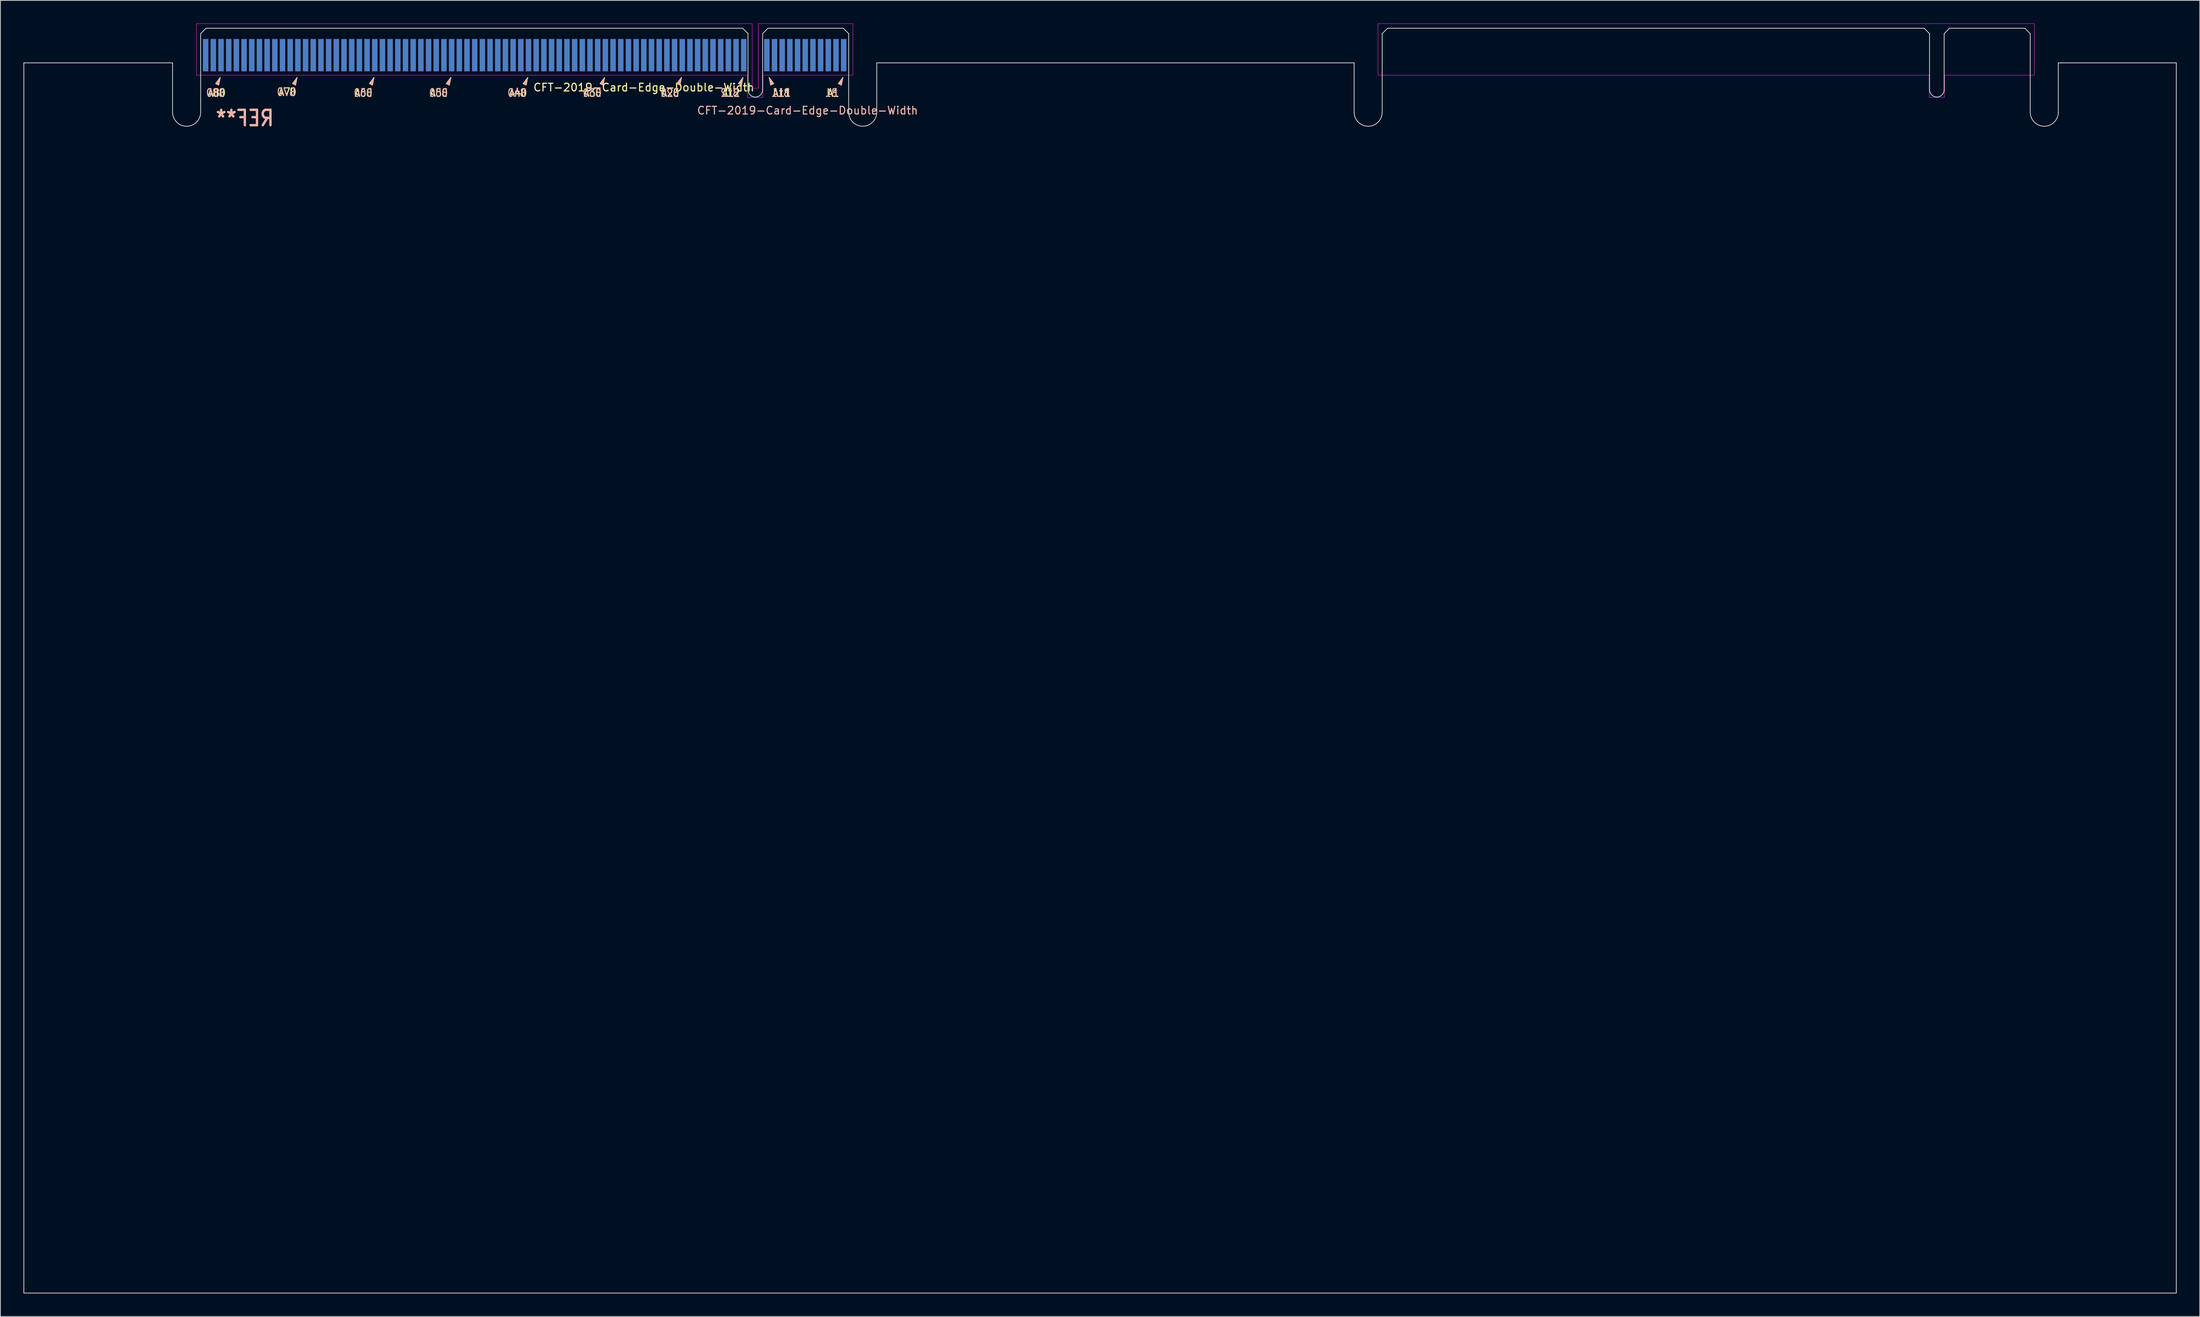
<source format=kicad_pcb>
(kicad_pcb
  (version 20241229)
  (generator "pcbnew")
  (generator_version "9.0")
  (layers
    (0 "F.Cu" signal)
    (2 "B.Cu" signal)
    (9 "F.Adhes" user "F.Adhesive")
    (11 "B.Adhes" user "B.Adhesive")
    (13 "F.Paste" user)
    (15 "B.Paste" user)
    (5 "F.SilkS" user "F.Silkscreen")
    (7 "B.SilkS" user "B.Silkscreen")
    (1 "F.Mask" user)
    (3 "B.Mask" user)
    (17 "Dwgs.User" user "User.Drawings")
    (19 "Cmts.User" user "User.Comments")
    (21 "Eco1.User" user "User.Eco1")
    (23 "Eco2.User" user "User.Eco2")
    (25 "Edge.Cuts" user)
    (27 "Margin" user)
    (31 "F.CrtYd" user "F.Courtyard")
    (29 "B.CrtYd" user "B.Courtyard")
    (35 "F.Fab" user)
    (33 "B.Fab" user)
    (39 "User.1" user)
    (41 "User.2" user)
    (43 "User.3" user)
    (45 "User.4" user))
  (footprint "CFT-2019-Card-Edge-Double-Width"
    (layer "F.Cu")
    (at 260.4 4.125)
    (property "Reference" "CFT-2019-Card-Edge-Double-Width" (at -179.7 4.2 180) (layer "F.SilkS") (effects (font (size 1 1) (thickness 0.15))))
    (attr exclude_from_pos_files exclude_from_bom)
    (fp_poly (pts (xy -234.8 2.9) (xy -235 3.9) (xy -235.4 3.7)) (stroke (width 0.1) (type solid)) (fill yes) (layer "F.SilkS"))
    (fp_poly (pts (xy -224.8 2.9) (xy -225 3.9) (xy -225.4 3.7)) (stroke (width 0.1) (type solid)) (fill yes) (layer "F.SilkS"))
    (fp_poly (pts (xy -214.8 2.9) (xy -215 3.9) (xy -215.4 3.7)) (stroke (width 0.1) (type solid)) (fill yes) (layer "F.SilkS"))
    (fp_poly (pts (xy -204.8 2.9) (xy -205 3.9) (xy -205.4 3.7)) (stroke (width 0.1) (type solid)) (fill yes) (layer "F.SilkS"))
    (fp_poly (pts (xy -194.8 2.9) (xy -195 3.9) (xy -195.4 3.7)) (stroke (width 0.1) (type solid)) (fill yes) (layer "F.SilkS"))
    (fp_poly (pts (xy -184.8 2.9) (xy -185 3.9) (xy -185.4 3.7)) (stroke (width 0.1) (type solid)) (fill yes) (layer "F.SilkS"))
    (fp_poly (pts (xy -174.8 2.9) (xy -175 3.9) (xy -175.4 3.7)) (stroke (width 0.1) (type solid)) (fill yes) (layer "F.SilkS"))
    (fp_poly (pts (xy -166.8 2.9) (xy -167 3.9) (xy -167.4 3.7)) (stroke (width 0.1) (type solid)) (fill yes) (layer "F.SilkS"))
    (fp_poly (pts (xy -163.4 2.9) (xy -163.2 3.9) (xy -162.8 3.7)) (stroke (width 0.1) (type solid)) (fill yes) (layer "F.SilkS"))
    (fp_poly (pts (xy -153.8 2.9) (xy -154 3.9) (xy -154.4 3.7)) (stroke (width 0.1) (type solid)) (fill yes) (layer "F.SilkS"))
    (fp_poly (pts (xy -234.8 2.9) (xy -235 3.9) (xy -235.4 3.7)) (stroke (width 0.1) (type solid)) (fill yes) (layer "B.SilkS"))
    (fp_poly (pts (xy -224.8 2.9) (xy -225 3.9) (xy -225.4 3.7)) (stroke (width 0.1) (type solid)) (fill yes) (layer "B.SilkS"))
    (fp_poly (pts (xy -214.8 2.9) (xy -215 3.9) (xy -215.4 3.7)) (stroke (width 0.1) (type solid)) (fill yes) (layer "B.SilkS"))
    (fp_poly (pts (xy -204.8 2.9) (xy -205 3.9) (xy -205.4 3.7)) (stroke (width 0.1) (type solid)) (fill yes) (layer "B.SilkS"))
    (fp_poly (pts (xy -194.8 2.9) (xy -195 3.9) (xy -195.4 3.7)) (stroke (width 0.1) (type solid)) (fill yes) (layer "B.SilkS"))
    (fp_poly (pts (xy -184.8 2.9) (xy -185 3.9) (xy -185.4 3.7)) (stroke (width 0.1) (type solid)) (fill yes) (layer "B.SilkS"))
    (fp_poly (pts (xy -174.8 2.9) (xy -175 3.9) (xy -175.4 3.7)) (stroke (width 0.1) (type solid)) (fill yes) (layer "B.SilkS"))
    (fp_poly (pts (xy -166.8 2.9) (xy -167 3.9) (xy -167.4 3.7)) (stroke (width 0.1) (type solid)) (fill yes) (layer "B.SilkS"))
    (fp_poly (pts (xy -163.4 2.9) (xy -163.2 3.9) (xy -162.8 3.7)) (stroke (width 0.1) (type solid)) (fill yes) (layer "B.SilkS"))
    (fp_poly (pts (xy -153.8 2.9) (xy -154 3.9) (xy -154.4 3.7)) (stroke (width 0.1) (type solid)) (fill yes) (layer "B.SilkS"))
    (fp_line (start -260.35 1) (end -241 1) (stroke (width 0.1) (type solid)) (layer "Edge.Cuts"))
    (fp_line (start -260.35 161.05) (end -260.35 1) (stroke (width 0.1) (type solid)) (layer "Edge.Cuts"))
    (fp_line (start -241 1) (end -241 7.425) (stroke (width 0.1) (type solid)) (layer "Edge.Cuts"))
    (fp_line (start -237.35 7.425) (end -237.35 -2.8) (stroke (width 0.1) (type solid)) (layer "Edge.Cuts"))
    (fp_line (start -236.65 -3.5) (end -237.35 -2.8) (stroke (width 0.1) (type solid)) (layer "Edge.Cuts"))
    (fp_line (start -166.85 -3.5) (end -236.65 -3.5) (stroke (width 0.1) (type solid)) (layer "Edge.Cuts"))
    (fp_line (start -166.85 -3.5) (end -166.15 -2.8) (stroke (width 0.1) (type solid)) (layer "Edge.Cuts"))
    (fp_line (start -166.15 4.5) (end -166.15 -2.8) (stroke (width 0.1) (type solid)) (layer "Edge.Cuts"))
    (fp_line (start -164.25 -2.8) (end -164.25 4.5) (stroke (width 0.1) (type solid)) (layer "Edge.Cuts"))
    (fp_line (start -163.55 -3.5) (end -164.25 -2.8) (stroke (width 0.1) (type solid)) (layer "Edge.Cuts"))
    (fp_line (start -153.75 -3.5) (end -163.55 -3.5) (stroke (width 0.1) (type solid)) (layer "Edge.Cuts"))
    (fp_line (start -153.75 -3.5) (end -153.05 -2.8) (stroke (width 0.1) (type solid)) (layer "Edge.Cuts"))
    (fp_line (start -153.05 7.425) (end -153.05 -2.8) (stroke (width 0.1) (type solid)) (layer "Edge.Cuts"))
    (fp_line (start -149.4 1) (end -149.4 7.425) (stroke (width 0.1) (type solid)) (layer "Edge.Cuts"))
    (fp_line (start -149.4 1) (end -87.3 1) (stroke (width 0.1) (type solid)) (layer "Edge.Cuts"))
    (fp_line (start -87.3 1) (end -87.3 7.425) (stroke (width 0.1) (type solid)) (layer "Edge.Cuts"))
    (fp_line (start -83.65 7.425) (end -83.65 -2.8) (stroke (width 0.1) (type solid)) (layer "Edge.Cuts"))
    (fp_line (start -82.95 -3.5) (end -83.65 -2.8) (stroke (width 0.1) (type solid)) (layer "Edge.Cuts"))
    (fp_line (start -13.15 -3.5) (end -82.95 -3.5) (stroke (width 0.1) (type solid)) (layer "Edge.Cuts"))
    (fp_line (start -13.15 -3.5) (end -12.45 -2.8) (stroke (width 0.1) (type solid)) (layer "Edge.Cuts"))
    (fp_line (start -12.45 4.5) (end -12.45 -2.8) (stroke (width 0.1) (type solid)) (layer "Edge.Cuts"))
    (fp_line (start -10.55 -2.8) (end -10.55 4.5) (stroke (width 0.1) (type solid)) (layer "Edge.Cuts"))
    (fp_line (start -9.85 -3.5) (end -10.55 -2.8) (stroke (width 0.1) (type solid)) (layer "Edge.Cuts"))
    (fp_line (start -0.05 -3.5) (end -9.85 -3.5) (stroke (width 0.1) (type solid)) (layer "Edge.Cuts"))
    (fp_line (start -0.05 -3.5) (end 0.65 -2.8) (stroke (width 0.1) (type solid)) (layer "Edge.Cuts"))
    (fp_line (start 0.65 7.425) (end 0.65 -2.8) (stroke (width 0.1) (type solid)) (layer "Edge.Cuts"))
    (fp_line (start 4.3 1) (end 4.3 7.425) (stroke (width 0.1) (type solid)) (layer "Edge.Cuts"))
    (fp_line (start 19.65 1) (end 4.3 1) (stroke (width 0.1) (type solid)) (layer "Edge.Cuts"))
    (fp_line (start 19.65 161.05) (end -260.35 161.05) (stroke (width 0.1) (type solid)) (layer "Edge.Cuts"))
    (fp_line (start 19.65 161.05) (end 19.65 1) (stroke (width 0.1) (type solid)) (layer "Edge.Cuts"))
    (fp_arc (start -237.35 7.425) (mid -239.175 9.25) (end -241 7.425) (stroke (width 0.1) (type solid)) (layer "Edge.Cuts"))
    (fp_arc (start -164.25 4.5) (mid -165.2 5.45) (end -166.15 4.5) (stroke (width 0.1) (type solid)) (layer "Edge.Cuts"))
    (fp_arc (start -149.4 7.425) (mid -151.225 9.25) (end -153.05 7.425) (stroke (width 0.1) (type solid)) (layer "Edge.Cuts"))
    (fp_arc (start -83.65 7.425) (mid -85.475 9.25) (end -87.3 7.425) (stroke (width 0.1) (type solid)) (layer "Edge.Cuts"))
    (fp_arc (start -10.55 4.5) (mid -11.5 5.45) (end -12.45 4.5) (stroke (width 0.1) (type solid)) (layer "Edge.Cuts"))
    (fp_arc (start 4.3 7.425) (mid 2.475 9.25) (end 0.65 7.425) (stroke (width 0.1) (type solid)) (layer "Edge.Cuts"))
    (fp_line (start -237.9 -4.1) (end -237.9 2.6) (stroke (width 0.05) (type solid)) (layer "F.CrtYd"))
    (fp_line (start -237.9 2.6) (end -166.2 2.6) (stroke (width 0.05) (type solid)) (layer "F.CrtYd"))
    (fp_line (start -166.2 2.6) (end -166.2 5.5) (stroke (width 0.05) (type solid)) (layer "F.CrtYd"))
    (fp_line (start -166.2 5.5) (end -164.2 5.5) (stroke (width 0.05) (type solid)) (layer "F.CrtYd"))
    (fp_line (start -165.6 -4.1) (end -237.9 -4.1) (stroke (width 0.05) (type solid)) (layer "F.CrtYd"))
    (fp_line (start -165.6 4.3) (end -165.6 -4.1) (stroke (width 0.05) (type solid)) (layer "F.CrtYd"))
    (fp_line (start -164.8 -4.1) (end -164.8 4.3) (stroke (width 0.05) (type solid)) (layer "F.CrtYd"))
    (fp_line (start -164.8 -4.1) (end -164.8 4.3) (stroke (width 0.05) (type solid)) (layer "F.CrtYd"))
    (fp_line (start -164.8 4.3) (end -165.6 4.3) (stroke (width 0.05) (type solid)) (layer "F.CrtYd"))
    (fp_line (start -164.2 2.6) (end -152.5 2.6) (stroke (width 0.05) (type solid)) (layer "F.CrtYd"))
    (fp_line (start -164.2 5.5) (end -164.2 2.6) (stroke (width 0.05) (type solid)) (layer "F.CrtYd"))
    (fp_line (start -152.5 -4.1) (end -164.8 -4.1) (stroke (width 0.05) (type solid)) (layer "F.CrtYd"))
    (fp_line (start -152.5 2.6) (end -152.5 -4.1) (stroke (width 0.05) (type solid)) (layer "F.CrtYd"))
    (fp_line (start -84.2 -4.1) (end -84.2 2.6) (stroke (width 0.05) (type solid)) (layer "F.CrtYd"))
    (fp_line (start -84.2 2.6) (end -12.5 2.6) (stroke (width 0.05) (type solid)) (layer "F.CrtYd"))
    (fp_line (start -12.5 2.6) (end -12.5 5.5) (stroke (width 0.05) (type solid)) (layer "F.CrtYd"))
    (fp_line (start -12.5 5.5) (end -10.5 5.5) (stroke (width 0.05) (type solid)) (layer "F.CrtYd"))
    (fp_line (start -11.9 -4.1) (end -84.2 -4.1) (stroke (width 0.05) (type solid)) (layer "F.CrtYd"))
    (fp_line (start -10.5 2.6) (end 1.2 2.6) (stroke (width 0.05) (type solid)) (layer "F.CrtYd"))
    (fp_line (start -10.5 5.5) (end -10.5 2.6) (stroke (width 0.05) (type solid)) (layer "F.CrtYd"))
    (fp_line (start 1.2 -4.1) (end -11.9 -4.1) (stroke (width 0.05) (type solid)) (layer "F.CrtYd"))
    (fp_line (start 1.2 2.6) (end 1.2 -4.1) (stroke (width 0.05) (type solid)) (layer "F.CrtYd"))
    (fp_text user "A80" (at -236.5 4.9 0) (layer "F.SilkS") (effects (font (size 1 0.83) (thickness 0.15)) (justify left)))
    (fp_text user "A30" (at -187.6 4.9 0) (layer "F.SilkS") (effects (font (size 1 0.83) (thickness 0.15)) (justify left)))
    (fp_text user "A50" (at -207.6 4.9 0) (layer "F.SilkS") (effects (font (size 1 0.83) (thickness 0.15)) (justify left)))
    (fp_text user "A1" (at -155.9 4.9 0) (layer "F.SilkS") (effects (font (size 1 0.83) (thickness 0.15)) (justify left)))
    (fp_text user "A40" (at -197.3 4.9 0) (layer "F.SilkS") (effects (font (size 1 0.83) (thickness 0.15)) (justify left)))
    (fp_text user "A60" (at -217.4 4.9 0) (layer "F.SilkS") (effects (font (size 1 0.83) (thickness 0.15)) (justify left)))
    (fp_text user "A11" (at -163 4.9 0) (layer "F.SilkS") (effects (font (size 1 0.83) (thickness 0.15)) (justify left)))
    (fp_text user "A12" (at -169.6 4.9 0) (layer "F.SilkS") (effects (font (size 1 0.83) (thickness 0.15)) (justify left)))
    (fp_text user "A70" (at -227.3 4.8 0) (layer "F.SilkS") (effects (font (size 1 0.83) (thickness 0.15)) (justify left)))
    (fp_text user "A20" (at -177.5 4.9 0) (layer "F.SilkS") (effects (font (size 1 0.83) (thickness 0.15)) (justify left)))
    (fp_text user "B20" (at -175 4.9 180) (layer "B.SilkS") (effects (font (size 1 0.83) (thickness 0.15)) (justify left mirror)))
    (fp_text user "B30" (at -185.1 4.9 180) (layer "B.SilkS") (effects (font (size 1 0.83) (thickness 0.15)) (justify left mirror)))
    (fp_text user "B12" (at -167.2 4.9 180) (layer "B.SilkS") (effects (font (size 1 0.83) (thickness 0.15)) (justify left mirror)))
    (fp_text user "B60" (at -214.9 4.9 180) (layer "B.SilkS") (effects (font (size 1 0.83) (thickness 0.15)) (justify left mirror)))
    (fp_text user "B80" (at -234.1 4.9 180) (layer "B.SilkS") (effects (font (size 1 0.83) (thickness 0.15)) (justify left mirror)))
    (fp_text user "REF**" (at -231.6 8.2 180) (layer "B.SilkS") (effects (font (size 2 1.75) (thickness 0.3)) (justify mirror)))
    (fp_text user "${REFERENCE}" (at -158.4 7.2 180) (layer "B.SilkS") (effects (font (size 1 1) (thickness 0.15))))
    (fp_text user "B40" (at -194.9 4.9 180) (layer "B.SilkS") (effects (font (size 1 0.83) (thickness 0.15)) (justify left mirror)))
    (fp_text user "B11" (at -163.2 4.9 180) (layer "B.SilkS") (effects (font (size 1 0.83) (thickness 0.15)) (justify right mirror)))
    (fp_text user "REF**" (at -231.6 8.2 180) (layer "B.SilkS") (effects (font (size 2 1.75) (thickness 0.3)) (justify mirror)))
    (fp_text user "B50" (at -205.1 4.9 180) (layer "B.SilkS") (effects (font (size 1 0.83) (thickness 0.15)) (justify left mirror)))
    (fp_text user "B1" (at -154.4 4.9 180) (layer "B.SilkS") (effects (font (size 1 0.83) (thickness 0.15)) (justify left mirror)))
    (fp_text user "B70" (at -224.9 4.8 180) (layer "B.SilkS") (effects (font (size 1 0.83) (thickness 0.15)) (justify left mirror)))
    (pad "A1" connect rect (at -153.7 0 180) (size 0.7 4.2) (layers "F.Cu" "F.Mask"))
    (pad "A2" connect rect (at -154.7 0 180) (size 0.7 4.2) (layers "F.Cu" "F.Mask"))
    (pad "A3" connect rect (at -155.7 0 180) (size 0.7 4.2) (layers "F.Cu" "F.Mask"))
    (pad "A4" connect rect (at -156.7 0 180) (size 0.7 4.2) (layers "F.Cu" "F.Mask"))
    (pad "A5" connect rect (at -157.7 0 180) (size 0.7 4.2) (layers "F.Cu" "F.Mask"))
    (pad "A6" connect rect (at -158.7 0 180) (size 0.7 4.2) (layers "F.Cu" "F.Mask"))
    (pad "A7" connect rect (at -159.7 0 180) (size 0.7 4.2) (layers "F.Cu" "F.Mask"))
    (pad "A8" connect rect (at -160.7 0 180) (size 0.7 4.2) (layers "F.Cu" "F.Mask"))
    (pad "A9" connect rect (at -161.7 0 180) (size 0.7 4.2) (layers "F.Cu" "F.Mask"))
    (pad "A10" connect rect (at -162.7 0 180) (size 0.7 4.2) (layers "F.Cu" "F.Mask"))
    (pad "A11" connect rect (at -163.7 0 180) (size 0.7 4.2) (layers "F.Cu" "F.Mask"))
    (pad "A12" connect rect (at -166.7 0 180) (size 0.7 4.2) (layers "F.Cu" "F.Mask"))
    (pad "A13" connect rect (at -167.7 0 180) (size 0.7 4.2) (layers "F.Cu" "F.Mask"))
    (pad "A14" connect rect (at -168.7 0 180) (size 0.7 4.2) (layers "F.Cu" "F.Mask"))
    (pad "A15" connect rect (at -169.7 0 180) (size 0.7 4.2) (layers "F.Cu" "F.Mask"))
    (pad "A16" connect rect (at -170.7 0 180) (size 0.7 4.2) (layers "F.Cu" "F.Mask"))
    (pad "A17" connect rect (at -171.7 0 180) (size 0.7 4.2) (layers "F.Cu" "F.Mask"))
    (pad "A18" connect rect (at -172.7 0 180) (size 0.7 4.2) (layers "F.Cu" "F.Mask"))
    (pad "A19" connect rect (at -173.7 0 180) (size 0.7 4.2) (layers "F.Cu" "F.Mask"))
    (pad "A20" connect rect (at -174.7 0 180) (size 0.7 4.2) (layers "F.Cu" "F.Mask"))
    (pad "A21" connect rect (at -175.7 0 180) (size 0.7 4.2) (layers "F.Cu" "F.Mask"))
    (pad "A22" connect rect (at -176.7 0 180) (size 0.7 4.2) (layers "F.Cu" "F.Mask"))
    (pad "A23" connect rect (at -177.7 0 180) (size 0.7 4.2) (layers "F.Cu" "F.Mask"))
    (pad "A24" connect rect (at -178.7 0 180) (size 0.7 4.2) (layers "F.Cu" "F.Mask"))
    (pad "A25" connect rect (at -179.7 0 180) (size 0.7 4.2) (layers "F.Cu" "F.Mask"))
    (pad "A26" connect rect (at -180.7 0 180) (size 0.7 4.2) (layers "F.Cu" "F.Mask"))
    (pad "A27" connect rect (at -181.7 0 180) (size 0.7 4.2) (layers "F.Cu" "F.Mask"))
    (pad "A28" connect rect (at -182.7 0 180) (size 0.7 4.2) (layers "F.Cu" "F.Mask"))
    (pad "A29" connect rect (at -183.7 0 180) (size 0.7 4.2) (layers "F.Cu" "F.Mask"))
    (pad "A30" connect rect (at -184.7 0 180) (size 0.7 4.2) (layers "F.Cu" "F.Mask"))
    (pad "A31" connect rect (at -185.7 0 180) (size 0.7 4.2) (layers "F.Cu" "F.Mask"))
    (pad "A32" connect rect (at -186.7 0 180) (size 0.7 4.2) (layers "F.Cu" "F.Mask"))
    (pad "A33" connect rect (at -187.7 0 180) (size 0.7 4.2) (layers "F.Cu" "F.Mask"))
    (pad "A34" connect rect (at -188.7 0 180) (size 0.7 4.2) (layers "F.Cu" "F.Mask"))
    (pad "A35" connect rect (at -189.7 0 180) (size 0.7 4.2) (layers "F.Cu" "F.Mask"))
    (pad "A36" connect rect (at -190.7 0 180) (size 0.7 4.2) (layers "F.Cu" "F.Mask"))
    (pad "A37" connect rect (at -191.7 0 180) (size 0.7 4.2) (layers "F.Cu" "F.Mask"))
    (pad "A38" connect rect (at -192.7 0 180) (size 0.7 4.2) (layers "F.Cu" "F.Mask"))
    (pad "A39" connect rect (at -193.7 0 180) (size 0.7 4.2) (layers "F.Cu" "F.Mask"))
    (pad "A40" connect rect (at -194.7 0 180) (size 0.7 4.2) (layers "F.Cu" "F.Mask"))
    (pad "A41" connect rect (at -195.7 0 180) (size 0.7 4.2) (layers "F.Cu" "F.Mask"))
    (pad "A42" connect rect (at -196.7 0 180) (size 0.7 4.2) (layers "F.Cu" "F.Mask"))
    (pad "A43" connect rect (at -197.7 0 180) (size 0.7 4.2) (layers "F.Cu" "F.Mask"))
    (pad "A44" connect rect (at -198.7 0 180) (size 0.7 4.2) (layers "F.Cu" "F.Mask"))
    (pad "A45" connect rect (at -199.7 0 180) (size 0.7 4.2) (layers "F.Cu" "F.Mask"))
    (pad "A46" connect rect (at -200.7 0 180) (size 0.7 4.2) (layers "F.Cu" "F.Mask"))
    (pad "A47" connect rect (at -201.7 0 180) (size 0.7 4.2) (layers "F.Cu" "F.Mask"))
    (pad "A48" connect rect (at -202.7 0 180) (size 0.7 4.2) (layers "F.Cu" "F.Mask"))
    (pad "A49" connect rect (at -203.7 0 180) (size 0.7 4.2) (layers "F.Cu" "F.Mask"))
    (pad "A50" connect rect (at -204.7 0 180) (size 0.7 4.2) (layers "F.Cu" "F.Mask"))
    (pad "A51" connect rect (at -205.7 0 180) (size 0.7 4.2) (layers "F.Cu" "F.Mask"))
    (pad "A52" connect rect (at -206.7 0 180) (size 0.7 4.2) (layers "F.Cu" "F.Mask"))
    (pad "A53" connect rect (at -207.7 0 180) (size 0.7 4.2) (layers "F.Cu" "F.Mask"))
    (pad "A54" connect rect (at -208.7 0 180) (size 0.7 4.2) (layers "F.Cu" "F.Mask"))
    (pad "A55" connect rect (at -209.7 0 180) (size 0.7 4.2) (layers "F.Cu" "F.Mask"))
    (pad "A56" connect rect (at -210.7 0 180) (size 0.7 4.2) (layers "F.Cu" "F.Mask"))
    (pad "A57" connect rect (at -211.7 0 180) (size 0.7 4.2) (layers "F.Cu" "F.Mask"))
    (pad "A58" connect rect (at -212.7 0 180) (size 0.7 4.2) (layers "F.Cu" "F.Mask"))
    (pad "A59" connect rect (at -213.7 0 180) (size 0.7 4.2) (layers "F.Cu" "F.Mask"))
    (pad "A60" connect rect (at -214.7 0 180) (size 0.7 4.2) (layers "F.Cu" "F.Mask"))
    (pad "A61" connect rect (at -215.7 0 180) (size 0.7 4.2) (layers "F.Cu" "F.Mask"))
    (pad "A62" connect rect (at -216.7 0 180) (size 0.7 4.2) (layers "F.Cu" "F.Mask"))
    (pad "A63" connect rect (at -217.7 0 180) (size 0.7 4.2) (layers "F.Cu" "F.Mask"))
    (pad "A64" connect rect (at -218.7 0 180) (size 0.7 4.2) (layers "F.Cu" "F.Mask"))
    (pad "A65" connect rect (at -219.7 0 180) (size 0.7 4.2) (layers "F.Cu" "F.Mask"))
    (pad "A66" connect rect (at -220.7 0 180) (size 0.7 4.2) (layers "F.Cu" "F.Mask"))
    (pad "A67" connect rect (at -221.7 0 180) (size 0.7 4.2) (layers "F.Cu" "F.Mask"))
    (pad "A68" connect rect (at -222.7 0 180) (size 0.7 4.2) (layers "F.Cu" "F.Mask"))
    (pad "A69" connect rect (at -223.7 0 180) (size 0.7 4.2) (layers "F.Cu" "F.Mask"))
    (pad "A70" connect rect (at -224.7 0 180) (size 0.7 4.2) (layers "F.Cu" "F.Mask"))
    (pad "A71" connect rect (at -225.7 0 180) (size 0.7 4.2) (layers "F.Cu" "F.Mask"))
    (pad "A72" connect rect (at -226.7 0 180) (size 0.7 4.2) (layers "F.Cu" "F.Mask"))
    (pad "A73" connect rect (at -227.7 0 180) (size 0.7 4.2) (layers "F.Cu" "F.Mask"))
    (pad "A74" connect rect (at -228.7 0 180) (size 0.7 4.2) (layers "F.Cu" "F.Mask"))
    (pad "A75" connect rect (at -229.7 0 180) (size 0.7 4.2) (layers "F.Cu" "F.Mask"))
    (pad "A76" connect rect (at -230.7 0 180) (size 0.7 4.2) (layers "F.Cu" "F.Mask"))
    (pad "A77" connect rect (at -231.7 0 180) (size 0.7 4.2) (layers "F.Cu" "F.Mask"))
    (pad "A78" connect rect (at -232.7 0 180) (size 0.7 4.2) (layers "F.Cu" "F.Mask"))
    (pad "A79" connect rect (at -233.7 0 180) (size 0.7 4.2) (layers "F.Cu" "F.Mask"))
    (pad "A80" connect rect (at -234.7 0 180) (size 0.7 4.2) (layers "F.Cu" "F.Mask"))
    (pad "A81" connect rect (at -235.7 0 180) (size 0.7 4.2) (layers "F.Cu" "F.Mask"))
    (pad "A82" connect rect (at -236.7 0 180) (size 0.7 4.2) (layers "F.Cu" "F.Mask"))
    (pad "B1" connect rect (at -153.7 0 180) (size 0.7 4.2) (layers "B.Cu" "B.Mask"))
    (pad "B2" connect rect (at -154.7 0 180) (size 0.7 4.2) (layers "B.Cu" "B.Mask"))
    (pad "B3" connect rect (at -155.7 0 180) (size 0.7 4.2) (layers "B.Cu" "B.Mask"))
    (pad "B4" connect rect (at -156.7 0 180) (size 0.7 4.2) (layers "B.Cu" "B.Mask"))
    (pad "B5" connect rect (at -157.7 0 180) (size 0.7 4.2) (layers "B.Cu" "B.Mask"))
    (pad "B6" connect rect (at -158.7 0 180) (size 0.7 4.2) (layers "B.Cu" "B.Mask"))
    (pad "B7" connect rect (at -159.7 0 180) (size 0.7 4.2) (layers "B.Cu" "B.Mask"))
    (pad "B8" connect rect (at -160.7 0 180) (size 0.7 4.2) (layers "B.Cu" "B.Mask"))
    (pad "B9" connect rect (at -161.7 0 180) (size 0.7 4.2) (layers "B.Cu" "B.Mask"))
    (pad "B10" connect rect (at -162.7 0 180) (size 0.7 4.2) (layers "B.Cu" "B.Mask"))
    (pad "B11" connect rect (at -163.7 0 180) (size 0.7 4.2) (layers "B.Cu" "B.Mask"))
    (pad "B12" connect rect (at -166.7 0 180) (size 0.7 4.2) (layers "B.Cu" "B.Mask"))
    (pad "B13" connect rect (at -167.7 0 180) (size 0.7 4.2) (layers "B.Cu" "B.Mask"))
    (pad "B14" connect rect (at -168.7 0 180) (size 0.7 4.2) (layers "B.Cu" "B.Mask"))
    (pad "B15" connect rect (at -169.7 0 180) (size 0.7 4.2) (layers "B.Cu" "B.Mask"))
    (pad "B16" connect rect (at -170.7 0 180) (size 0.7 4.2) (layers "B.Cu" "B.Mask"))
    (pad "B17" connect rect (at -171.7 0 180) (size 0.7 4.2) (layers "B.Cu" "B.Mask"))
    (pad "B18" connect rect (at -172.7 0 180) (size 0.7 4.2) (layers "B.Cu" "B.Mask"))
    (pad "B19" connect rect (at -173.7 0 180) (size 0.7 4.2) (layers "B.Cu" "B.Mask"))
    (pad "B20" connect rect (at -174.7 0 180) (size 0.7 4.2) (layers "B.Cu" "B.Mask"))
    (pad "B21" connect rect (at -175.7 0 180) (size 0.7 4.2) (layers "B.Cu" "B.Mask"))
    (pad "B22" connect rect (at -176.7 0 180) (size 0.7 4.2) (layers "B.Cu" "B.Mask"))
    (pad "B23" connect rect (at -177.7 0 180) (size 0.7 4.2) (layers "B.Cu" "B.Mask"))
    (pad "B24" connect rect (at -178.7 0 180) (size 0.7 4.2) (layers "B.Cu" "B.Mask"))
    (pad "B25" connect rect (at -179.7 0 180) (size 0.7 4.2) (layers "B.Cu" "B.Mask"))
    (pad "B26" connect rect (at -180.7 0 180) (size 0.7 4.2) (layers "B.Cu" "B.Mask"))
    (pad "B27" connect rect (at -181.7 0 180) (size 0.7 4.2) (layers "B.Cu" "B.Mask"))
    (pad "B28" connect rect (at -182.7 0 180) (size 0.7 4.2) (layers "B.Cu" "B.Mask"))
    (pad "B29" connect rect (at -183.7 0 180) (size 0.7 4.2) (layers "B.Cu" "B.Mask"))
    (pad "B30" connect rect (at -184.7 0 180) (size 0.7 4.2) (layers "B.Cu" "B.Mask"))
    (pad "B31" connect rect (at -185.7 0 180) (size 0.7 4.2) (layers "B.Cu" "B.Mask"))
    (pad "B32" connect rect (at -186.7 0 180) (size 0.7 4.2) (layers "B.Cu" "B.Mask"))
    (pad "B33" connect rect (at -187.7 0 180) (size 0.7 4.2) (layers "B.Cu" "B.Mask"))
    (pad "B34" connect rect (at -188.7 0 180) (size 0.7 4.2) (layers "B.Cu" "B.Mask"))
    (pad "B35" connect rect (at -189.7 0 180) (size 0.7 4.2) (layers "B.Cu" "B.Mask"))
    (pad "B36" connect rect (at -190.7 0 180) (size 0.7 4.2) (layers "B.Cu" "B.Mask"))
    (pad "B37" connect rect (at -191.7 0 180) (size 0.7 4.2) (layers "B.Cu" "B.Mask"))
    (pad "B38" connect rect (at -192.7 0 180) (size 0.7 4.2) (layers "B.Cu" "B.Mask"))
    (pad "B39" connect rect (at -193.7 0 180) (size 0.7 4.2) (layers "B.Cu" "B.Mask"))
    (pad "B40" connect rect (at -194.7 0 180) (size 0.7 4.2) (layers "B.Cu" "B.Mask"))
    (pad "B41" connect rect (at -195.7 0 180) (size 0.7 4.2) (layers "B.Cu" "B.Mask"))
    (pad "B42" connect rect (at -196.7 0 180) (size 0.7 4.2) (layers "B.Cu" "B.Mask"))
    (pad "B43" connect rect (at -197.7 0 180) (size 0.7 4.2) (layers "B.Cu" "B.Mask"))
    (pad "B44" connect rect (at -198.7 0 180) (size 0.7 4.2) (layers "B.Cu" "B.Mask"))
    (pad "B45" connect rect (at -199.7 0 180) (size 0.7 4.2) (layers "B.Cu" "B.Mask"))
    (pad "B46" connect rect (at -200.7 0 180) (size 0.7 4.2) (layers "B.Cu" "B.Mask"))
    (pad "B47" connect rect (at -201.7 0 180) (size 0.7 4.2) (layers "B.Cu" "B.Mask"))
    (pad "B48" connect rect (at -202.7 0 180) (size 0.7 4.2) (layers "B.Cu" "B.Mask"))
    (pad "B49" connect rect (at -203.7 0 180) (size 0.7 4.2) (layers "B.Cu" "B.Mask"))
    (pad "B50" connect rect (at -204.7 0 180) (size 0.7 4.2) (layers "B.Cu" "B.Mask"))
    (pad "B51" connect rect (at -205.7 0 180) (size 0.7 4.2) (layers "B.Cu" "B.Mask"))
    (pad "B52" connect rect (at -206.7 0 180) (size 0.7 4.2) (layers "B.Cu" "B.Mask"))
    (pad "B53" connect rect (at -207.7 0 180) (size 0.7 4.2) (layers "B.Cu" "B.Mask"))
    (pad "B54" connect rect (at -208.7 0 180) (size 0.7 4.2) (layers "B.Cu" "B.Mask"))
    (pad "B55" connect rect (at -209.7 0 180) (size 0.7 4.2) (layers "B.Cu" "B.Mask"))
    (pad "B56" connect rect (at -210.7 0 180) (size 0.7 4.2) (layers "B.Cu" "B.Mask"))
    (pad "B57" connect rect (at -211.7 0 180) (size 0.7 4.2) (layers "B.Cu" "B.Mask"))
    (pad "B58" connect rect (at -212.7 0 180) (size 0.7 4.2) (layers "B.Cu" "B.Mask"))
    (pad "B59" connect rect (at -213.7 0 180) (size 0.7 4.2) (layers "B.Cu" "B.Mask"))
    (pad "B60" connect rect (at -214.7 0 180) (size 0.7 4.2) (layers "B.Cu" "B.Mask"))
    (pad "B61" connect rect (at -215.7 0 180) (size 0.7 4.2) (layers "B.Cu" "B.Mask"))
    (pad "B62" connect rect (at -216.7 0 180) (size 0.7 4.2) (layers "B.Cu" "B.Mask"))
    (pad "B63" connect rect (at -217.7 0 180) (size 0.7 4.2) (layers "B.Cu" "B.Mask"))
    (pad "B64" connect rect (at -218.7 0 180) (size 0.7 4.2) (layers "B.Cu" "B.Mask"))
    (pad "B65" connect rect (at -219.7 0 180) (size 0.7 4.2) (layers "B.Cu" "B.Mask"))
    (pad "B66" connect rect (at -220.7 0 180) (size 0.7 4.2) (layers "B.Cu" "B.Mask"))
    (pad "B67" connect rect (at -221.7 0 180) (size 0.7 4.2) (layers "B.Cu" "B.Mask"))
    (pad "B68" connect rect (at -222.7 0 180) (size 0.7 4.2) (layers "B.Cu" "B.Mask"))
    (pad "B69" connect rect (at -223.7 0 180) (size 0.7 4.2) (layers "B.Cu" "B.Mask"))
    (pad "B70" connect rect (at -224.7 0 180) (size 0.7 4.2) (layers "B.Cu" "B.Mask"))
    (pad "B71" connect rect (at -225.7 0 180) (size 0.7 4.2) (layers "B.Cu" "B.Mask"))
    (pad "B72" connect rect (at -226.7 0 180) (size 0.7 4.2) (layers "B.Cu" "B.Mask"))
    (pad "B73" connect rect (at -227.7 0 180) (size 0.7 4.2) (layers "B.Cu" "B.Mask"))
    (pad "B74" connect rect (at -228.7 0 180) (size 0.7 4.2) (layers "B.Cu" "B.Mask"))
    (pad "B75" connect rect (at -229.7 0 180) (size 0.7 4.2) (layers "B.Cu" "B.Mask"))
    (pad "B76" connect rect (at -230.7 0 180) (size 0.7 4.2) (layers "B.Cu" "B.Mask"))
    (pad "B77" connect rect (at -231.7 0 180) (size 0.7 4.2) (layers "B.Cu" "B.Mask"))
    (pad "B78" connect rect (at -232.7 0 180) (size 0.7 4.2) (layers "B.Cu" "B.Mask"))
    (pad "B79" connect rect (at -233.7 0 180) (size 0.7 4.2) (layers "B.Cu" "B.Mask"))
    (pad "B80" connect rect (at -234.7 0 180) (size 0.7 4.2) (layers "B.Cu" "B.Mask"))
    (pad "B81" connect rect (at -235.7 0 180) (size 0.7 4.2) (layers "B.Cu" "B.Mask"))
    (pad "B82" connect rect (at -236.7 0 180) (size 0.7 4.2) (layers "B.Cu" "B.Mask")))
  (gr_rect
    (start -3 -3)
    (end 283.1 168.225)
    (stroke (width 0.1) (type default))
    (fill no)
    (layer "Edge.Cuts")))
</source>
